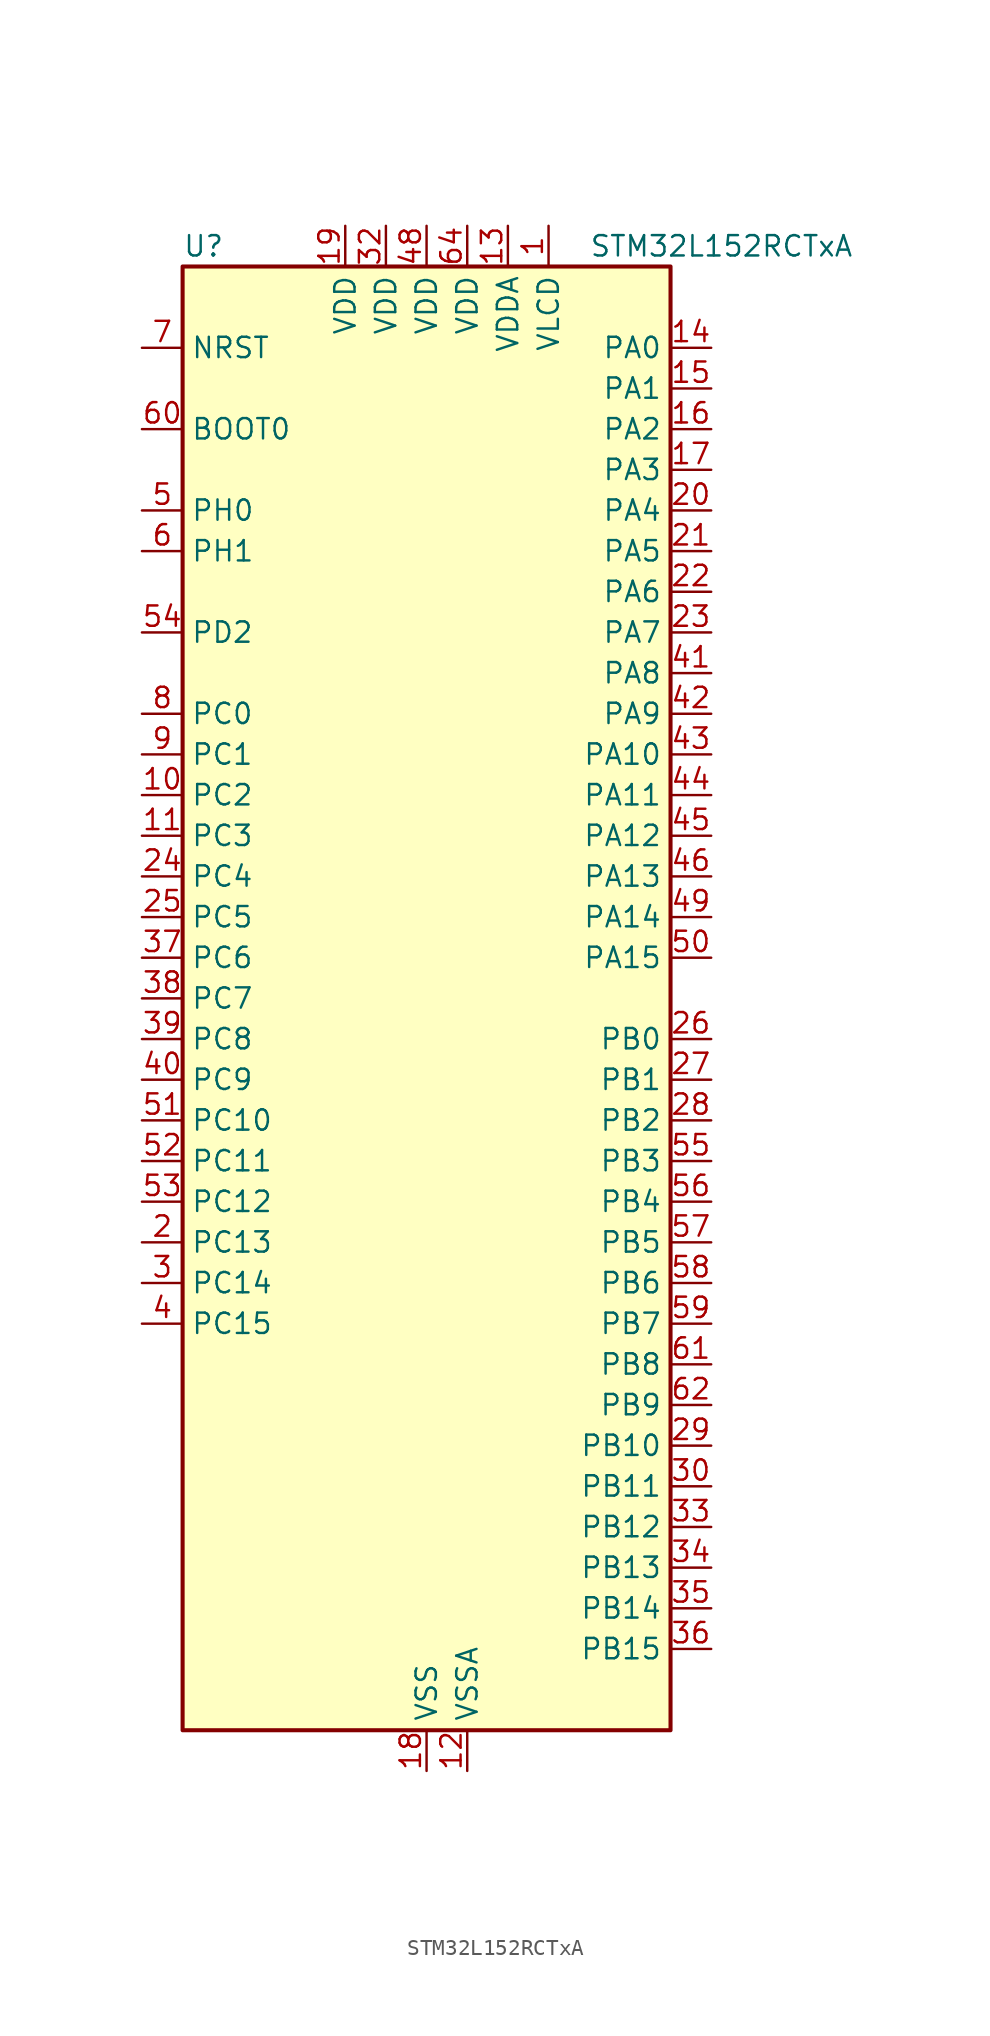
<source format=kicad_sym>
(kicad_symbol_lib
  (version 20241209)
  (generator "kicad_symbol_editor")
  (generator_version "9.0")
  (symbol "STM32L152RCTxA"
    (property "Reference" "U"
      (at -15.24 46.99 0)
      (effects (font (size 1.27 1.27)) (justify left)))
    (property "Value" "STM32L152RCTxA"
      (at 10.16 46.99 0)
      (effects (font (size 1.27 1.27)) (justify left)))
    (symbol "STM32L152RCTxA_0_1"
      (rectangle (start -15.24 -45.72) (end 15.24 45.72) (stroke (width 0.254) (type default)) (fill (type background))))
    (symbol "STM32L152RCTxA_1_1"
      (pin input line (at -17.78 40.64 0) (length 2.54) (name "NRST" (effects (font (size 1.27 1.27)))) (number "7" (effects (font (size 1.27 1.27)))))
      (pin input line (at -17.78 35.56 0) (length 2.54) (name "BOOT0" (effects (font (size 1.27 1.27)))) (number "60" (effects (font (size 1.27 1.27)))))
      (pin bidirectional line (at -17.78 30.48 0) (length 2.54) (name "PH0" (effects (font (size 1.27 1.27)))) (number "5" (effects (font (size 1.27 1.27)))) (alternate "RCC_OSC_IN" bidirectional line))
      (pin bidirectional line (at -17.78 27.94 0) (length 2.54) (name "PH1" (effects (font (size 1.27 1.27)))) (number "6" (effects (font (size 1.27 1.27)))) (alternate "RCC_OSC_OUT" bidirectional line))
      (pin bidirectional line (at -17.78 22.86 0) (length 2.54) (name "PD2" (effects (font (size 1.27 1.27)))) (number "54" (effects (font (size 1.27 1.27)))) (alternate "LCD_COM7" bidirectional line) (alternate "LCD_SEG31" bidirectional line) (alternate "LCD_SEG43" bidirectional line) (alternate "TIM3_ETR" bidirectional line) (alternate "TIMX_IC3" bidirectional line))
      (pin bidirectional line (at -17.78 17.78 0) (length 2.54) (name "PC0" (effects (font (size 1.27 1.27)))) (number "8" (effects (font (size 1.27 1.27)))) (alternate "ADC_IN10" bidirectional line) (alternate "COMP1_INP" bidirectional line) (alternate "LCD_SEG18" bidirectional line) (alternate "TIMX_IC1" bidirectional line) (alternate "TS_G8_IO1" bidirectional line))
      (pin bidirectional line (at -17.78 15.24 0) (length 2.54) (name "PC1" (effects (font (size 1.27 1.27)))) (number "9" (effects (font (size 1.27 1.27)))) (alternate "ADC_IN11" bidirectional line) (alternate "COMP1_INP" bidirectional line) (alternate "LCD_SEG19" bidirectional line) (alternate "TIMX_IC2" bidirectional line) (alternate "TS_G8_IO2" bidirectional line))
      (pin bidirectional line (at -17.78 12.7 0) (length 2.54) (name "PC2" (effects (font (size 1.27 1.27)))) (number "10" (effects (font (size 1.27 1.27)))) (alternate "ADC_IN12" bidirectional line) (alternate "COMP1_INP" bidirectional line) (alternate "LCD_SEG20" bidirectional line) (alternate "TIMX_IC3" bidirectional line) (alternate "TS_G8_IO3" bidirectional line))
      (pin bidirectional line (at -17.78 10.16 0) (length 2.54) (name "PC3" (effects (font (size 1.27 1.27)))) (number "11" (effects (font (size 1.27 1.27)))) (alternate "ADC_IN13" bidirectional line) (alternate "COMP1_INP" bidirectional line) (alternate "LCD_SEG21" bidirectional line) (alternate "TIMX_IC4" bidirectional line) (alternate "TS_G8_IO4" bidirectional line))
      (pin bidirectional line (at -17.78 7.62 0) (length 2.54) (name "PC4" (effects (font (size 1.27 1.27)))) (number "24" (effects (font (size 1.27 1.27)))) (alternate "ADC_IN14" bidirectional line) (alternate "COMP1_INP" bidirectional line) (alternate "LCD_SEG22" bidirectional line) (alternate "TIMX_IC1" bidirectional line) (alternate "TS_G9_IO1" bidirectional line))
      (pin bidirectional line (at -17.78 5.08 0) (length 2.54) (name "PC5" (effects (font (size 1.27 1.27)))) (number "25" (effects (font (size 1.27 1.27)))) (alternate "ADC_IN15" bidirectional line) (alternate "COMP1_INP" bidirectional line) (alternate "LCD_SEG23" bidirectional line) (alternate "TIMX_IC2" bidirectional line) (alternate "TS_G9_IO2" bidirectional line))
      (pin bidirectional line (at -17.78 2.54 0) (length 2.54) (name "PC6" (effects (font (size 1.27 1.27)))) (number "37" (effects (font (size 1.27 1.27)))) (alternate "I2S2_MCK" bidirectional line) (alternate "LCD_SEG24" bidirectional line) (alternate "TIM3_CH1" bidirectional line) (alternate "TIMX_IC3" bidirectional line) (alternate "TS_G10_IO1" bidirectional line))
      (pin bidirectional line (at -17.78 0 0) (length 2.54) (name "PC7" (effects (font (size 1.27 1.27)))) (number "38" (effects (font (size 1.27 1.27)))) (alternate "I2S3_MCK" bidirectional line) (alternate "LCD_SEG25" bidirectional line) (alternate "TIM3_CH2" bidirectional line) (alternate "TIMX_IC4" bidirectional line) (alternate "TS_G10_IO2" bidirectional line))
      (pin bidirectional line (at -17.78 -2.54 0) (length 2.54) (name "PC8" (effects (font (size 1.27 1.27)))) (number "39" (effects (font (size 1.27 1.27)))) (alternate "LCD_SEG26" bidirectional line) (alternate "TIM3_CH3" bidirectional line) (alternate "TIMX_IC1" bidirectional line) (alternate "TS_G10_IO3" bidirectional line))
      (pin bidirectional line (at -17.78 -5.08 0) (length 2.54) (name "PC9" (effects (font (size 1.27 1.27)))) (number "40" (effects (font (size 1.27 1.27)))) (alternate "DAC_EXTI9" bidirectional line) (alternate "LCD_SEG27" bidirectional line) (alternate "TIM3_CH4" bidirectional line) (alternate "TIMX_IC2" bidirectional line) (alternate "TS_G10_IO4" bidirectional line))
      (pin bidirectional line (at -17.78 -7.62 0) (length 2.54) (name "PC10" (effects (font (size 1.27 1.27)))) (number "51" (effects (font (size 1.27 1.27)))) (alternate "I2S3_CK" bidirectional line) (alternate "LCD_COM4" bidirectional line) (alternate "LCD_SEG28" bidirectional line) (alternate "LCD_SEG40" bidirectional line) (alternate "SPI3_SCK" bidirectional line) (alternate "TIMX_IC3" bidirectional line) (alternate "USART3_TX" bidirectional line))
      (pin bidirectional line (at -17.78 -10.16 0) (length 2.54) (name "PC11" (effects (font (size 1.27 1.27)))) (number "52" (effects (font (size 1.27 1.27)))) (alternate "ADC_EXTI11" bidirectional line) (alternate "LCD_COM5" bidirectional line) (alternate "LCD_SEG29" bidirectional line) (alternate "LCD_SEG41" bidirectional line) (alternate "SPI3_MISO" bidirectional line) (alternate "TIMX_IC4" bidirectional line) (alternate "USART3_RX" bidirectional line))
      (pin bidirectional line (at -17.78 -12.7 0) (length 2.54) (name "PC12" (effects (font (size 1.27 1.27)))) (number "53" (effects (font (size 1.27 1.27)))) (alternate "I2S3_SD" bidirectional line) (alternate "LCD_COM6" bidirectional line) (alternate "LCD_SEG30" bidirectional line) (alternate "LCD_SEG42" bidirectional line) (alternate "SPI3_MOSI" bidirectional line) (alternate "TIMX_IC1" bidirectional line) (alternate "USART3_CK" bidirectional line))
      (pin bidirectional line (at -17.78 -15.24 0) (length 2.54) (name "PC13" (effects (font (size 1.27 1.27)))) (number "2" (effects (font (size 1.27 1.27)))) (alternate "RTC_OUT_ALARM" bidirectional line) (alternate "RTC_OUT_CALIB" bidirectional line) (alternate "RTC_TAMP1" bidirectional line) (alternate "RTC_TS" bidirectional line) (alternate "SYS_WKUP2" bidirectional line) (alternate "TIMX_IC2" bidirectional line))
      (pin bidirectional line (at -17.78 -17.78 0) (length 2.54) (name "PC14" (effects (font (size 1.27 1.27)))) (number "3" (effects (font (size 1.27 1.27)))) (alternate "RCC_OSC32_IN" bidirectional line) (alternate "TIMX_IC3" bidirectional line))
      (pin bidirectional line (at -17.78 -20.32 0) (length 2.54) (name "PC15" (effects (font (size 1.27 1.27)))) (number "4" (effects (font (size 1.27 1.27)))) (alternate "ADC_EXTI15" bidirectional line) (alternate "RCC_OSC32_OUT" bidirectional line) (alternate "TIMX_IC4" bidirectional line))
      (pin power_in line (at -5.08 48.26 270) (length 2.54) (name "VDD" (effects (font (size 1.27 1.27)))) (number "19" (effects (font (size 1.27 1.27)))))
      (pin power_in line (at -2.54 48.26 270) (length 2.54) (name "VDD" (effects (font (size 1.27 1.27)))) (number "32" (effects (font (size 1.27 1.27)))))
      (pin power_in line (at 0 48.26 270) (length 2.54) (name "VDD" (effects (font (size 1.27 1.27)))) (number "48" (effects (font (size 1.27 1.27)))))
      (pin power_in line (at 0 -48.26 90) (length 2.54) (name "VSS" (effects (font (size 1.27 1.27)))) (number "18" (effects (font (size 1.27 1.27)))))
      (pin passive line (at 0 -48.26 90) (length 2.54) (hide yes) (name "VSS" (effects (font (size 1.27 1.27)))) (number "31" (effects (font (size 1.27 1.27)))))
      (pin passive line (at 0 -48.26 90) (length 2.54) (hide yes) (name "VSS" (effects (font (size 1.27 1.27)))) (number "47" (effects (font (size 1.27 1.27)))))
      (pin passive line (at 0 -48.26 90) (length 2.54) (hide yes) (name "VSS" (effects (font (size 1.27 1.27)))) (number "63" (effects (font (size 1.27 1.27)))))
      (pin power_in line (at 2.54 48.26 270) (length 2.54) (name "VDD" (effects (font (size 1.27 1.27)))) (number "64" (effects (font (size 1.27 1.27)))))
      (pin power_in line (at 2.54 -48.26 90) (length 2.54) (name "VSSA" (effects (font (size 1.27 1.27)))) (number "12" (effects (font (size 1.27 1.27)))))
      (pin power_in line (at 5.08 48.26 270) (length 2.54) (name "VDDA" (effects (font (size 1.27 1.27)))) (number "13" (effects (font (size 1.27 1.27)))))
      (pin power_in line (at 7.62 48.26 270) (length 2.54) (name "VLCD" (effects (font (size 1.27 1.27)))) (number "1" (effects (font (size 1.27 1.27)))))
      (pin bidirectional line (at 17.78 40.64 180) (length 2.54) (name "PA0" (effects (font (size 1.27 1.27)))) (number "14" (effects (font (size 1.27 1.27)))) (alternate "ADC_IN0" bidirectional line) (alternate "COMP1_INP" bidirectional line) (alternate "RTC_TAMP2" bidirectional line) (alternate "SYS_WKUP1" bidirectional line) (alternate "TIM2_CH1" bidirectional line) (alternate "TIM2_ETR" bidirectional line) (alternate "TIM5_CH1" bidirectional line) (alternate "TIMX_IC1" bidirectional line) (alternate "TS_G1_IO1" bidirectional line) (alternate "USART2_CTS" bidirectional line))
      (pin bidirectional line (at 17.78 38.1 180) (length 2.54) (name "PA1" (effects (font (size 1.27 1.27)))) (number "15" (effects (font (size 1.27 1.27)))) (alternate "ADC_IN1" bidirectional line) (alternate "COMP1_INP" bidirectional line) (alternate "LCD_SEG0" bidirectional line) (alternate "OPAMP1_VINP" bidirectional line) (alternate "TIM2_CH2" bidirectional line) (alternate "TIM5_CH2" bidirectional line) (alternate "TIMX_IC2" bidirectional line) (alternate "TS_G1_IO2" bidirectional line) (alternate "USART2_RTS" bidirectional line))
      (pin bidirectional line (at 17.78 35.56 180) (length 2.54) (name "PA2" (effects (font (size 1.27 1.27)))) (number "16" (effects (font (size 1.27 1.27)))) (alternate "ADC_IN2" bidirectional line) (alternate "COMP1_INP" bidirectional line) (alternate "LCD_SEG1" bidirectional line) (alternate "OPAMP1_VINM" bidirectional line) (alternate "TIM2_CH3" bidirectional line) (alternate "TIM5_CH3" bidirectional line) (alternate "TIM9_CH1" bidirectional line) (alternate "TIMX_IC3" bidirectional line) (alternate "TS_G1_IO3" bidirectional line) (alternate "USART2_TX" bidirectional line))
      (pin bidirectional line (at 17.78 33.02 180) (length 2.54) (name "PA3" (effects (font (size 1.27 1.27)))) (number "17" (effects (font (size 1.27 1.27)))) (alternate "ADC_IN3" bidirectional line) (alternate "COMP1_INP" bidirectional line) (alternate "LCD_SEG2" bidirectional line) (alternate "OPAMP1_VOUT" bidirectional line) (alternate "TIM2_CH4" bidirectional line) (alternate "TIM5_CH4" bidirectional line) (alternate "TIM9_CH2" bidirectional line) (alternate "TIMX_IC4" bidirectional line) (alternate "TS_G1_IO4" bidirectional line) (alternate "USART2_RX" bidirectional line))
      (pin bidirectional line (at 17.78 30.48 180) (length 2.54) (name "PA4" (effects (font (size 1.27 1.27)))) (number "20" (effects (font (size 1.27 1.27)))) (alternate "ADC_IN4" bidirectional line) (alternate "COMP1_INP" bidirectional line) (alternate "DAC_OUT1" bidirectional line) (alternate "I2S3_WS" bidirectional line) (alternate "SPI1_NSS" bidirectional line) (alternate "SPI3_NSS" bidirectional line) (alternate "TIMX_IC1" bidirectional line) (alternate "USART2_CK" bidirectional line))
      (pin bidirectional line (at 17.78 27.94 180) (length 2.54) (name "PA5" (effects (font (size 1.27 1.27)))) (number "21" (effects (font (size 1.27 1.27)))) (alternate "ADC_IN5" bidirectional line) (alternate "COMP1_INP" bidirectional line) (alternate "DAC_OUT2" bidirectional line) (alternate "SPI1_SCK" bidirectional line) (alternate "TIM2_CH1" bidirectional line) (alternate "TIM2_ETR" bidirectional line) (alternate "TIMX_IC2" bidirectional line))
      (pin bidirectional line (at 17.78 25.4 180) (length 2.54) (name "PA6" (effects (font (size 1.27 1.27)))) (number "22" (effects (font (size 1.27 1.27)))) (alternate "ADC_IN6" bidirectional line) (alternate "COMP1_INP" bidirectional line) (alternate "LCD_SEG3" bidirectional line) (alternate "OPAMP2_VINP" bidirectional line) (alternate "SPI1_MISO" bidirectional line) (alternate "TIM10_CH1" bidirectional line) (alternate "TIM3_CH1" bidirectional line) (alternate "TIMX_IC3" bidirectional line) (alternate "TS_G2_IO1" bidirectional line))
      (pin bidirectional line (at 17.78 22.86 180) (length 2.54) (name "PA7" (effects (font (size 1.27 1.27)))) (number "23" (effects (font (size 1.27 1.27)))) (alternate "ADC_IN7" bidirectional line) (alternate "COMP1_INP" bidirectional line) (alternate "LCD_SEG4" bidirectional line) (alternate "OPAMP2_VINM" bidirectional line) (alternate "SPI1_MOSI" bidirectional line) (alternate "TIM11_CH1" bidirectional line) (alternate "TIM3_CH2" bidirectional line) (alternate "TIMX_IC4" bidirectional line) (alternate "TS_G2_IO2" bidirectional line))
      (pin bidirectional line (at 17.78 20.32 180) (length 2.54) (name "PA8" (effects (font (size 1.27 1.27)))) (number "41" (effects (font (size 1.27 1.27)))) (alternate "LCD_COM0" bidirectional line) (alternate "RCC_MCO" bidirectional line) (alternate "TIMX_IC1" bidirectional line) (alternate "TS_G4_IO1" bidirectional line) (alternate "USART1_CK" bidirectional line))
      (pin bidirectional line (at 17.78 17.78 180) (length 2.54) (name "PA9" (effects (font (size 1.27 1.27)))) (number "42" (effects (font (size 1.27 1.27)))) (alternate "DAC_EXTI9" bidirectional line) (alternate "LCD_COM1" bidirectional line) (alternate "TIMX_IC2" bidirectional line) (alternate "TS_G4_IO2" bidirectional line) (alternate "USART1_TX" bidirectional line))
      (pin bidirectional line (at 17.78 15.24 180) (length 2.54) (name "PA10" (effects (font (size 1.27 1.27)))) (number "43" (effects (font (size 1.27 1.27)))) (alternate "LCD_COM2" bidirectional line) (alternate "TIMX_IC3" bidirectional line) (alternate "TS_G4_IO3" bidirectional line) (alternate "USART1_RX" bidirectional line))
      (pin bidirectional line (at 17.78 12.7 180) (length 2.54) (name "PA11" (effects (font (size 1.27 1.27)))) (number "44" (effects (font (size 1.27 1.27)))) (alternate "ADC_EXTI11" bidirectional line) (alternate "SPI1_MISO" bidirectional line) (alternate "TIMX_IC4" bidirectional line) (alternate "USART1_CTS" bidirectional line) (alternate "USB_DM" bidirectional line))
      (pin bidirectional line (at 17.78 10.16 180) (length 2.54) (name "PA12" (effects (font (size 1.27 1.27)))) (number "45" (effects (font (size 1.27 1.27)))) (alternate "SPI1_MOSI" bidirectional line) (alternate "TIMX_IC1" bidirectional line) (alternate "USART1_RTS" bidirectional line) (alternate "USB_DP" bidirectional line))
      (pin bidirectional line (at 17.78 7.62 180) (length 2.54) (name "PA13" (effects (font (size 1.27 1.27)))) (number "46" (effects (font (size 1.27 1.27)))) (alternate "SYS_JTMS-SWDIO" bidirectional line) (alternate "TIMX_IC2" bidirectional line) (alternate "TS_G5_IO1" bidirectional line))
      (pin bidirectional line (at 17.78 5.08 180) (length 2.54) (name "PA14" (effects (font (size 1.27 1.27)))) (number "49" (effects (font (size 1.27 1.27)))) (alternate "SYS_JTCK-SWCLK" bidirectional line) (alternate "TIMX_IC3" bidirectional line) (alternate "TS_G5_IO2" bidirectional line))
      (pin bidirectional line (at 17.78 2.54 180) (length 2.54) (name "PA15" (effects (font (size 1.27 1.27)))) (number "50" (effects (font (size 1.27 1.27)))) (alternate "ADC_EXTI15" bidirectional line) (alternate "I2S3_WS" bidirectional line) (alternate "LCD_SEG17" bidirectional line) (alternate "SPI1_NSS" bidirectional line) (alternate "SPI3_NSS" bidirectional line) (alternate "SYS_JTDI" bidirectional line) (alternate "TIM2_CH1" bidirectional line) (alternate "TIM2_ETR" bidirectional line) (alternate "TIMX_IC4" bidirectional line) (alternate "TS_G5_IO3" bidirectional line))
      (pin bidirectional line (at 17.78 -2.54 180) (length 2.54) (name "PB0" (effects (font (size 1.27 1.27)))) (number "26" (effects (font (size 1.27 1.27)))) (alternate "ADC_IN8" bidirectional line) (alternate "COMP1_INP" bidirectional line) (alternate "LCD_SEG5" bidirectional line) (alternate "OPAMP2_VOUT" bidirectional line) (alternate "SYS_V_REF_OUT" bidirectional line) (alternate "TIM3_CH3" bidirectional line) (alternate "TS_G3_IO1" bidirectional line))
      (pin bidirectional line (at 17.78 -5.08 180) (length 2.54) (name "PB1" (effects (font (size 1.27 1.27)))) (number "27" (effects (font (size 1.27 1.27)))) (alternate "ADC_IN9" bidirectional line) (alternate "COMP1_INP" bidirectional line) (alternate "LCD_SEG6" bidirectional line) (alternate "SYS_V_REF_OUT" bidirectional line) (alternate "TIM3_CH4" bidirectional line) (alternate "TS_G3_IO2" bidirectional line))
      (pin bidirectional line (at 17.78 -7.62 180) (length 2.54) (name "PB2" (effects (font (size 1.27 1.27)))) (number "28" (effects (font (size 1.27 1.27)))) (alternate "TS_G3_IO3" bidirectional line))
      (pin bidirectional line (at 17.78 -10.16 180) (length 2.54) (name "PB3" (effects (font (size 1.27 1.27)))) (number "55" (effects (font (size 1.27 1.27)))) (alternate "COMP2_INM" bidirectional line) (alternate "I2S3_CK" bidirectional line) (alternate "LCD_SEG7" bidirectional line) (alternate "SPI1_SCK" bidirectional line) (alternate "SPI3_SCK" bidirectional line) (alternate "SYS_JTDO-TRACESWO" bidirectional line) (alternate "TIM2_CH2" bidirectional line))
      (pin bidirectional line (at 17.78 -12.7 180) (length 2.54) (name "PB4" (effects (font (size 1.27 1.27)))) (number "56" (effects (font (size 1.27 1.27)))) (alternate "COMP2_INP" bidirectional line) (alternate "LCD_SEG8" bidirectional line) (alternate "SPI1_MISO" bidirectional line) (alternate "SPI3_MISO" bidirectional line) (alternate "SYS_JTRST" bidirectional line) (alternate "TIM3_CH1" bidirectional line) (alternate "TS_G6_IO1" bidirectional line))
      (pin bidirectional line (at 17.78 -15.24 180) (length 2.54) (name "PB5" (effects (font (size 1.27 1.27)))) (number "57" (effects (font (size 1.27 1.27)))) (alternate "COMP2_INP" bidirectional line) (alternate "I2C1_SMBA" bidirectional line) (alternate "I2S3_SD" bidirectional line) (alternate "LCD_SEG9" bidirectional line) (alternate "SPI1_MOSI" bidirectional line) (alternate "SPI3_MOSI" bidirectional line) (alternate "TIM3_CH2" bidirectional line) (alternate "TS_G6_IO2" bidirectional line))
      (pin bidirectional line (at 17.78 -17.78 180) (length 2.54) (name "PB6" (effects (font (size 1.27 1.27)))) (number "58" (effects (font (size 1.27 1.27)))) (alternate "COMP2_INP" bidirectional line) (alternate "I2C1_SCL" bidirectional line) (alternate "TIM4_CH1" bidirectional line) (alternate "TS_G6_IO3" bidirectional line) (alternate "USART1_TX" bidirectional line))
      (pin bidirectional line (at 17.78 -20.32 180) (length 2.54) (name "PB7" (effects (font (size 1.27 1.27)))) (number "59" (effects (font (size 1.27 1.27)))) (alternate "COMP2_INP" bidirectional line) (alternate "I2C1_SDA" bidirectional line) (alternate "SYS_PVD_IN" bidirectional line) (alternate "TIM4_CH2" bidirectional line) (alternate "TS_G6_IO4" bidirectional line) (alternate "USART1_RX" bidirectional line))
      (pin bidirectional line (at 17.78 -22.86 180) (length 2.54) (name "PB8" (effects (font (size 1.27 1.27)))) (number "61" (effects (font (size 1.27 1.27)))) (alternate "I2C1_SCL" bidirectional line) (alternate "LCD_SEG16" bidirectional line) (alternate "TIM10_CH1" bidirectional line) (alternate "TIM4_CH3" bidirectional line))
      (pin bidirectional line (at 17.78 -25.4 180) (length 2.54) (name "PB9" (effects (font (size 1.27 1.27)))) (number "62" (effects (font (size 1.27 1.27)))) (alternate "DAC_EXTI9" bidirectional line) (alternate "I2C1_SDA" bidirectional line) (alternate "LCD_COM3" bidirectional line) (alternate "TIM11_CH1" bidirectional line) (alternate "TIM4_CH4" bidirectional line))
      (pin bidirectional line (at 17.78 -27.94 180) (length 2.54) (name "PB10" (effects (font (size 1.27 1.27)))) (number "29" (effects (font (size 1.27 1.27)))) (alternate "I2C2_SCL" bidirectional line) (alternate "LCD_SEG10" bidirectional line) (alternate "TIM2_CH3" bidirectional line) (alternate "USART3_TX" bidirectional line))
      (pin bidirectional line (at 17.78 -30.48 180) (length 2.54) (name "PB11" (effects (font (size 1.27 1.27)))) (number "30" (effects (font (size 1.27 1.27)))) (alternate "ADC_EXTI11" bidirectional line) (alternate "I2C2_SDA" bidirectional line) (alternate "LCD_SEG11" bidirectional line) (alternate "TIM2_CH4" bidirectional line) (alternate "USART3_RX" bidirectional line))
      (pin bidirectional line (at 17.78 -33.02 180) (length 2.54) (name "PB12" (effects (font (size 1.27 1.27)))) (number "33" (effects (font (size 1.27 1.27)))) (alternate "ADC_IN18" bidirectional line) (alternate "COMP1_INP" bidirectional line) (alternate "I2C2_SMBA" bidirectional line) (alternate "I2S2_WS" bidirectional line) (alternate "LCD_SEG12" bidirectional line) (alternate "SPI2_NSS" bidirectional line) (alternate "TIM10_CH1" bidirectional line) (alternate "TS_G7_IO1" bidirectional line) (alternate "USART3_CK" bidirectional line))
      (pin bidirectional line (at 17.78 -35.56 180) (length 2.54) (name "PB13" (effects (font (size 1.27 1.27)))) (number "34" (effects (font (size 1.27 1.27)))) (alternate "ADC_IN19" bidirectional line) (alternate "COMP1_INP" bidirectional line) (alternate "I2S2_CK" bidirectional line) (alternate "LCD_SEG13" bidirectional line) (alternate "SPI2_SCK" bidirectional line) (alternate "TIM9_CH1" bidirectional line) (alternate "TS_G7_IO2" bidirectional line) (alternate "USART3_CTS" bidirectional line))
      (pin bidirectional line (at 17.78 -38.1 180) (length 2.54) (name "PB14" (effects (font (size 1.27 1.27)))) (number "35" (effects (font (size 1.27 1.27)))) (alternate "ADC_IN20" bidirectional line) (alternate "COMP1_INP" bidirectional line) (alternate "LCD_SEG14" bidirectional line) (alternate "SPI2_MISO" bidirectional line) (alternate "TIM9_CH2" bidirectional line) (alternate "TS_G7_IO3" bidirectional line) (alternate "USART3_RTS" bidirectional line))
      (pin bidirectional line (at 17.78 -40.64 180) (length 2.54) (name "PB15" (effects (font (size 1.27 1.27)))) (number "36" (effects (font (size 1.27 1.27)))) (alternate "ADC_EXTI15" bidirectional line) (alternate "ADC_IN21" bidirectional line) (alternate "COMP1_INP" bidirectional line) (alternate "I2S2_SD" bidirectional line) (alternate "LCD_SEG15" bidirectional line) (alternate "RTC_REFIN" bidirectional line) (alternate "SPI2_MOSI" bidirectional line) (alternate "TIM11_CH1" bidirectional line) (alternate "TS_G7_IO4" bidirectional line)))))
</source>
